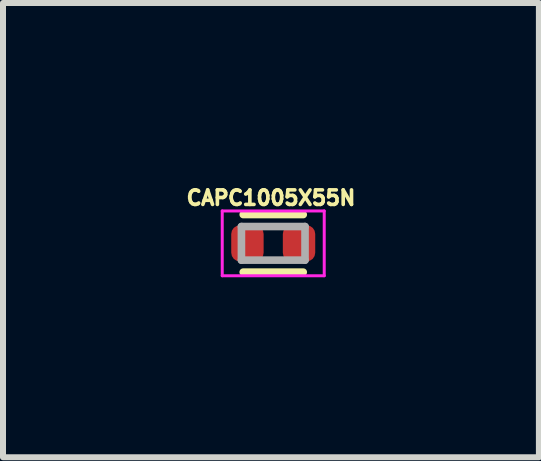
<source format=kicad_pcb>
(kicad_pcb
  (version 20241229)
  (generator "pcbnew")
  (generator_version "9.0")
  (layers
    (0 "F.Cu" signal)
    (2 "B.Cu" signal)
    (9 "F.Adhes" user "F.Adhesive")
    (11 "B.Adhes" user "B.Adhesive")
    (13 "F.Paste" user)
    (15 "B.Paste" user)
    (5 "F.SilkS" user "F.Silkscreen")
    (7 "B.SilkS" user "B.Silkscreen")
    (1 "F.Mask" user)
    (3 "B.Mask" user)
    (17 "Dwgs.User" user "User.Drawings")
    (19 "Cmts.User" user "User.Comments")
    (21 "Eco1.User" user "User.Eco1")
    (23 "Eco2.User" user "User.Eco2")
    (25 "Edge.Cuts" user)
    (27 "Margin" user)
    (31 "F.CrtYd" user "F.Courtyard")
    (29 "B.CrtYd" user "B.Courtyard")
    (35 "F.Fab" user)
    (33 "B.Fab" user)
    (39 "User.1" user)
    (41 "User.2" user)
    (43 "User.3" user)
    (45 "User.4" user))
  (footprint "CAPC1005X55N"
    (layer "F.Cu")
    (at 1.504 1.006)
    (property "Reference" "CAPC1005X55N" (at -0.038 -0.758 0) (layer "F.SilkS") (effects (font (size 0.242 0.242) (thickness 0.15))))
    (attr smd)
    (fp_line (start -0.5 0.48) (end 0.5 0.48) (stroke (width 0.127) (type solid)) (layer "F.SilkS"))
    (fp_line (start 0.5 -0.48) (end -0.5 -0.48) (stroke (width 0.127) (type solid)) (layer "F.SilkS"))
    (fp_line (start -0.85 -0.54) (end -0.85 0.54) (stroke (width 0.05) (type solid)) (layer "F.CrtYd"))
    (fp_line (start -0.85 0.54) (end 0.85 0.54) (stroke (width 0.05) (type solid)) (layer "F.CrtYd"))
    (fp_line (start 0.85 -0.54) (end -0.85 -0.54) (stroke (width 0.05) (type solid)) (layer "F.CrtYd"))
    (fp_line (start 0.85 0.54) (end 0.85 -0.54) (stroke (width 0.05) (type solid)) (layer "F.CrtYd"))
    (fp_line (start -0.53 -0.28) (end -0.53 0.28) (stroke (width 0.127) (type solid)) (layer "F.Fab"))
    (fp_line (start -0.53 0.28) (end 0.53 0.28) (stroke (width 0.127) (type solid)) (layer "F.Fab"))
    (fp_line (start 0.53 -0.28) (end -0.53 -0.28) (stroke (width 0.127) (type solid)) (layer "F.Fab"))
    (fp_line (start 0.53 0.28) (end 0.53 -0.28) (stroke (width 0.127) (type solid)) (layer "F.Fab"))
    (pad "1" smd roundrect (at -0.43 0) (size 0.54 0.6) (layers "F.Cu" "F.Mask" "F.Paste") (roundrect_rratio 0.265))
    (pad "2" smd roundrect (at 0.43 0) (size 0.54 0.6) (layers "F.Cu" "F.Mask" "F.Paste") (roundrect_rratio 0.265)))
  (gr_rect
    (start -3 -3)
    (end 5.932 4.571)
    (stroke (width 0.1) (type default))
    (fill no)
    (layer "Edge.Cuts")))
</source>
